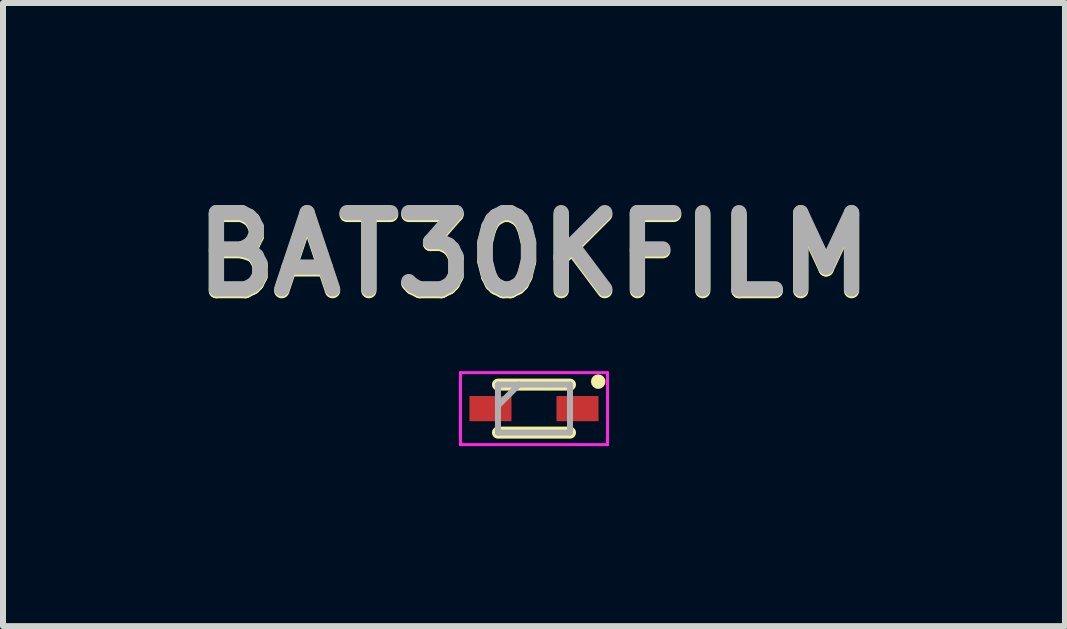
<source format=kicad_pcb>
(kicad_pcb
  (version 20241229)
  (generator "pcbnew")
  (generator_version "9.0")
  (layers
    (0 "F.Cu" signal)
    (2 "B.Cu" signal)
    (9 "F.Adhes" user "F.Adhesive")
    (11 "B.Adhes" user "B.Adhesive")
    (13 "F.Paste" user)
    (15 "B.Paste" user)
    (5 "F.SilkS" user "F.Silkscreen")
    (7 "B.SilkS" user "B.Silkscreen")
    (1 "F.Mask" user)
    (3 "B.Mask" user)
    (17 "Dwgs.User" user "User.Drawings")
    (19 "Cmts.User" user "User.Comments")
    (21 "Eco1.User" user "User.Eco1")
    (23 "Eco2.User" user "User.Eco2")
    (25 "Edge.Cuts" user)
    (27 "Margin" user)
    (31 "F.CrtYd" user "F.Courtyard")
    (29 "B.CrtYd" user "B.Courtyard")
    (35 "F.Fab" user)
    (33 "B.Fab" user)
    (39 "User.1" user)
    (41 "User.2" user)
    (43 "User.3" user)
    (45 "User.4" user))
  (footprint "BAT30KFILM"
    (layer "F.Cu")
    (at 5.848 3.759)
    (property "Reference" "BAT30KFILM" (at 0 -2.54 0) (layer "F.SilkS") (effects (font (size 1.27 1.27) (thickness 0.254))))
    (attr smd)
    (fp_line (start -0.6 -0.4) (end 0.6 -0.4) (stroke (width 0.2) (type solid)) (layer "F.SilkS"))
    (fp_line (start -0.6 0.4) (end 0.6 0.4) (stroke (width 0.2) (type solid)) (layer "F.SilkS"))
    (fp_circle (center 1.07 -0.45) (end 1.13 -0.44) (stroke (width 0.12) (type solid)) (fill no) (layer "F.SilkS"))
    (fp_line (start -1.225 -0.6) (end 1.225 -0.6) (stroke (width 0.05) (type solid)) (layer "F.CrtYd"))
    (fp_line (start -1.225 0.6) (end -1.225 -0.6) (stroke (width 0.05) (type solid)) (layer "F.CrtYd"))
    (fp_line (start 1.225 -0.6) (end 1.225 0.6) (stroke (width 0.05) (type solid)) (layer "F.CrtYd"))
    (fp_line (start 1.225 0.6) (end -1.225 0.6) (stroke (width 0.05) (type solid)) (layer "F.CrtYd"))
    (fp_line (start -0.6 -0.4) (end 0.6 -0.4) (stroke (width 0.1) (type solid)) (layer "F.Fab"))
    (fp_line (start -0.6 -0.05) (end -0.25 -0.4) (stroke (width 0.1) (type solid)) (layer "F.Fab"))
    (fp_line (start -0.6 0.4) (end -0.6 -0.4) (stroke (width 0.1) (type solid)) (layer "F.Fab"))
    (fp_line (start 0.6 -0.4) (end 0.6 0.4) (stroke (width 0.1) (type solid)) (layer "F.Fab"))
    (fp_line (start 0.6 0.4) (end -0.6 0.4) (stroke (width 0.1) (type solid)) (layer "F.Fab"))
    (fp_text user "${REFERENCE}" (at 0 -2.57 0) (layer "F.Fab") (effects (font (size 1.27 1.27) (thickness 0.254))))
    (pad "1" smd rect (at -0.725 0 90) (size 0.42 0.7) (layers "F.Cu" "F.Mask" "F.Paste"))
    (pad "2" smd rect (at 0.725 0 90) (size 0.42 0.7) (layers "F.Cu" "F.Mask" "F.Paste")))
  (gr_rect
    (start -3 -3)
    (end 14.696 7.384)
    (stroke (width 0.1) (type default))
    (fill no)
    (layer "Edge.Cuts")))
</source>
